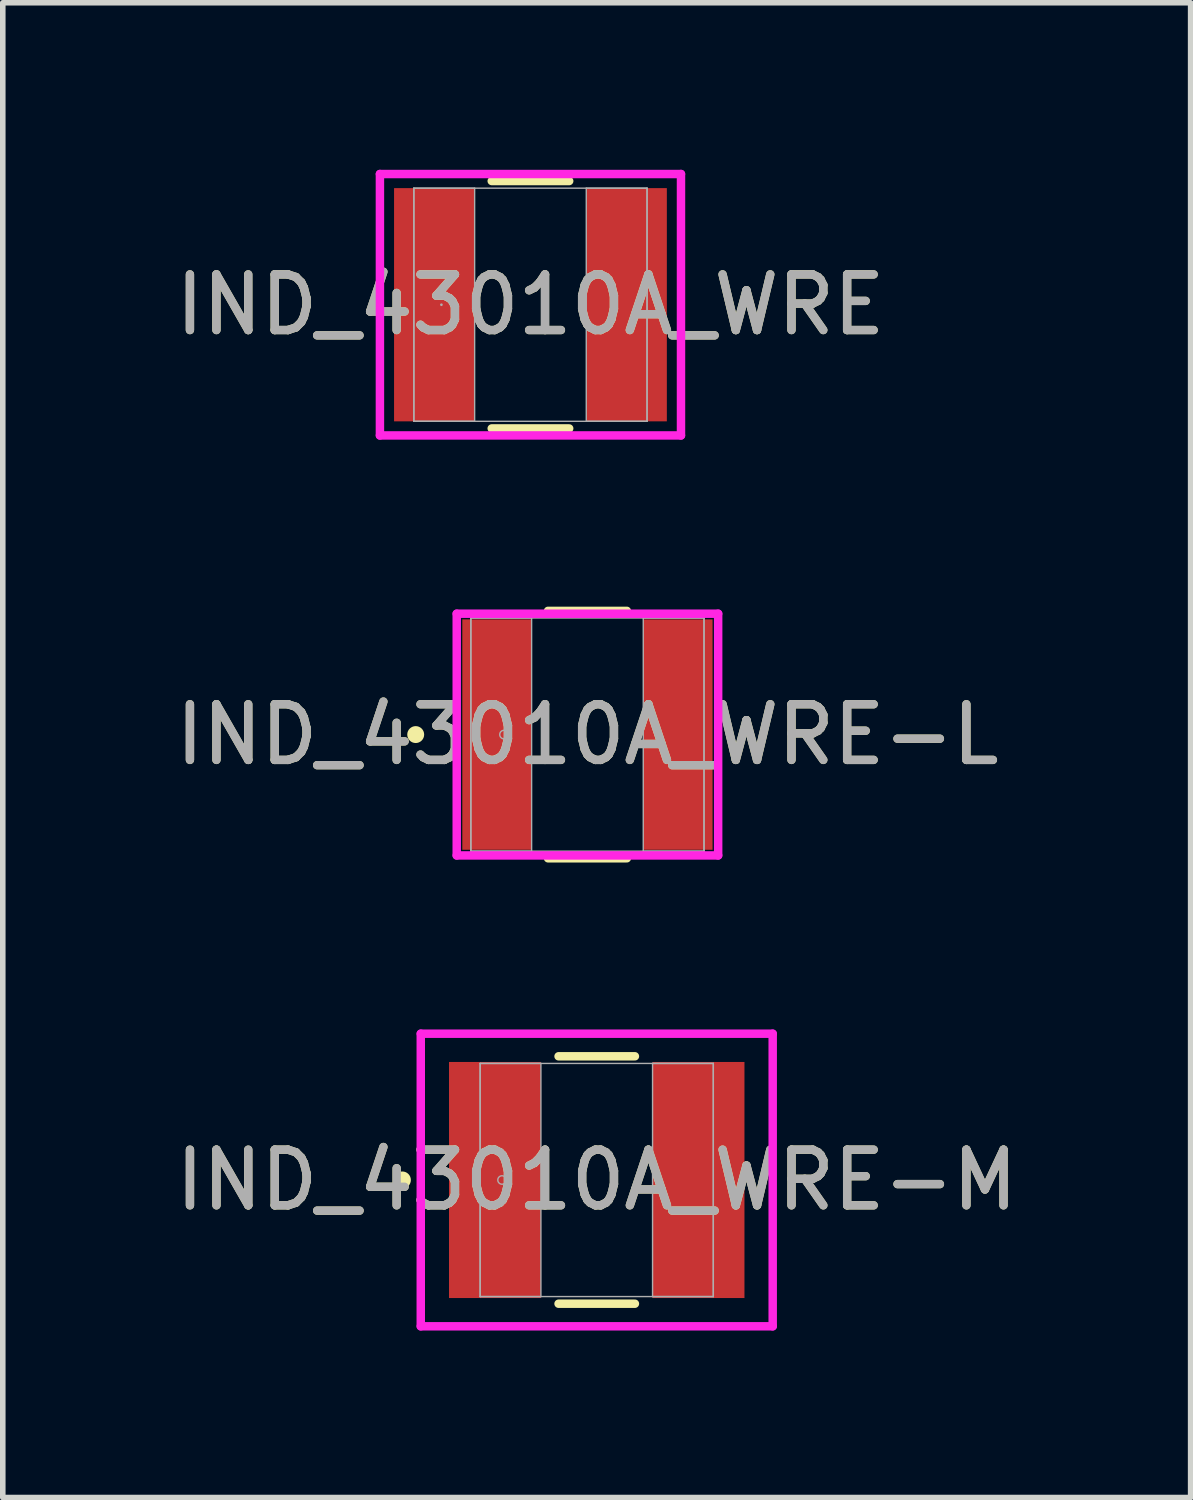
<source format=kicad_pcb>
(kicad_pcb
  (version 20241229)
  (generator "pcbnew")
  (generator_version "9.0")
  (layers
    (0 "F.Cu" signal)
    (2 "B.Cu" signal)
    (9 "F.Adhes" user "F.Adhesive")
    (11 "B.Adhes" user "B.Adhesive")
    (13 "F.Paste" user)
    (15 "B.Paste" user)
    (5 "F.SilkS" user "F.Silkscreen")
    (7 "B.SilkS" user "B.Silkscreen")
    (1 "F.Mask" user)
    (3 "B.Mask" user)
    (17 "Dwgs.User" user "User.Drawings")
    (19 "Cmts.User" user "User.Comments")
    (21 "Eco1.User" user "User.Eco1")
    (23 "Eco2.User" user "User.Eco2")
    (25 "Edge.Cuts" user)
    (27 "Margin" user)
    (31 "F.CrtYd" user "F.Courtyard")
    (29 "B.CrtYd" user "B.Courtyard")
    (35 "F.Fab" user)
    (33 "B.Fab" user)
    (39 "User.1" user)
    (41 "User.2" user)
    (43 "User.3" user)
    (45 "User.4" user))
  (footprint "IND_43010A_WRE"
    (layer "F.Cu")
    (at 6.482 2.426)
    (property "Reference" "IND_43010A_WRE" (at 0 0 0) (unlocked yes) (layer "F.SilkS") (effects (font (size 1 1) (thickness 0.15))))
    (attr smd)
    (fp_line (start -0.696 2.223) (end 0.696 2.223) (stroke (width 0.152) (type solid)) (layer "F.SilkS"))
    (fp_line (start 0.696 -2.223) (end -0.696 -2.223) (stroke (width 0.152) (type solid)) (layer "F.SilkS"))
    (fp_line (start -2.705 -2.349) (end 2.705 -2.349) (stroke (width 0.152) (type solid)) (layer "F.CrtYd"))
    (fp_line (start -2.705 2.349) (end -2.705 -2.349) (stroke (width 0.152) (type solid)) (layer "F.CrtYd"))
    (fp_line (start 2.705 -2.349) (end 2.705 2.349) (stroke (width 0.152) (type solid)) (layer "F.CrtYd"))
    (fp_line (start 2.705 2.349) (end -2.705 2.349) (stroke (width 0.152) (type solid)) (layer "F.CrtYd"))
    (fp_line (start -2.095 -2.095) (end -2.095 2.095) (stroke (width 0.025) (type solid)) (layer "F.Fab"))
    (fp_line (start -2.095 -2.095) (end -2.095 2.095) (stroke (width 0.025) (type solid)) (layer "F.Fab"))
    (fp_line (start -2.095 2.095) (end -1.003 2.095) (stroke (width 0.025) (type solid)) (layer "F.Fab"))
    (fp_line (start -2.095 2.095) (end 2.095 2.095) (stroke (width 0.025) (type solid)) (layer "F.Fab"))
    (fp_line (start -1.003 -2.095) (end -2.095 -2.095) (stroke (width 0.025) (type solid)) (layer "F.Fab"))
    (fp_line (start -1.003 2.095) (end -1.003 -2.095) (stroke (width 0.025) (type solid)) (layer "F.Fab"))
    (fp_line (start 1.003 -2.095) (end 1.003 2.095) (stroke (width 0.025) (type solid)) (layer "F.Fab"))
    (fp_line (start 1.003 2.095) (end 2.095 2.095) (stroke (width 0.025) (type solid)) (layer "F.Fab"))
    (fp_line (start 2.095 -2.095) (end -2.095 -2.095) (stroke (width 0.025) (type solid)) (layer "F.Fab"))
    (fp_line (start 2.095 -2.095) (end 1.003 -2.095) (stroke (width 0.025) (type solid)) (layer "F.Fab"))
    (fp_line (start 2.095 2.095) (end 2.095 -2.095) (stroke (width 0.025) (type solid)) (layer "F.Fab"))
    (fp_line (start 2.095 2.095) (end 2.095 -2.095) (stroke (width 0.025) (type solid)) (layer "F.Fab"))
    (fp_circle (center -1.6 0) (end -1.6 0) (stroke (width 0.025) (type solid)) (fill no) (layer "F.Fab"))
    (fp_text user "${REFERENCE}" (at 0 0 0) (unlocked yes) (layer "F.Fab") (effects (font (size 1 1) (thickness 0.15))))
    (pad "1" smd rect (at -1.727 0) (size 1.448 4.191) (layers "F.Cu" "F.Mask" "F.Paste"))
    (pad "2" smd rect (at 1.727 0) (size 1.448 4.191) (layers "F.Cu" "F.Mask" "F.Paste"))
    (zone (net_name "") (layer "F.Cu") (hatch full 0.508) (connect_pads) (min_thickness 0.254) (filled_areas_thickness no) (keepout (tracks not_allowed) (vias not_allowed) (pads allowed) (copperpour not_allowed) (footprints allowed)) (placement (enabled no)) (fill) (polygon (pts (xy 5.53 0.381) (xy 7.435 0.381) (xy 7.435 4.47) (xy 5.53 4.47)))))
  (footprint "IND_43010A_WRE-L"
    (layer "F.Cu")
    (at 7.506 10.15)
    (property "Reference" "IND_43010A_WRE-L" (at 0 0 0) (unlocked yes) (layer "F.SilkS") (effects (font (size 1 1) (thickness 0.15))))
    (attr smd)
    (fp_line (start -0.708 2.223) (end 0.708 2.223) (stroke (width 0.152) (type solid)) (layer "F.SilkS"))
    (fp_line (start 0.708 -2.223) (end -0.708 -2.223) (stroke (width 0.152) (type solid)) (layer "F.SilkS"))
    (fp_circle (center -3.086 0) (end -3.01 0) (stroke (width 0.152) (type solid)) (fill no) (layer "F.SilkS"))
    (fp_line (start -2.349 -2.172) (end 2.349 -2.172) (stroke (width 0.152) (type solid)) (layer "F.CrtYd"))
    (fp_line (start -2.349 2.172) (end -2.349 -2.172) (stroke (width 0.152) (type solid)) (layer "F.CrtYd"))
    (fp_line (start 2.349 -2.172) (end 2.349 2.172) (stroke (width 0.152) (type solid)) (layer "F.CrtYd"))
    (fp_line (start 2.349 2.172) (end -2.349 2.172) (stroke (width 0.152) (type solid)) (layer "F.CrtYd"))
    (fp_line (start -2.095 -2.095) (end -2.095 2.095) (stroke (width 0.025) (type solid)) (layer "F.Fab"))
    (fp_line (start -2.095 -2.095) (end -2.095 2.095) (stroke (width 0.025) (type solid)) (layer "F.Fab"))
    (fp_line (start -2.095 2.095) (end -1.003 2.095) (stroke (width 0.025) (type solid)) (layer "F.Fab"))
    (fp_line (start -2.095 2.095) (end 2.095 2.095) (stroke (width 0.025) (type solid)) (layer "F.Fab"))
    (fp_line (start -1.003 -2.095) (end -2.095 -2.095) (stroke (width 0.025) (type solid)) (layer "F.Fab"))
    (fp_line (start -1.003 2.095) (end -1.003 -2.095) (stroke (width 0.025) (type solid)) (layer "F.Fab"))
    (fp_line (start 1.003 -2.095) (end 1.003 2.095) (stroke (width 0.025) (type solid)) (layer "F.Fab"))
    (fp_line (start 1.003 2.095) (end 2.095 2.095) (stroke (width 0.025) (type solid)) (layer "F.Fab"))
    (fp_line (start 2.095 -2.095) (end -2.095 -2.095) (stroke (width 0.025) (type solid)) (layer "F.Fab"))
    (fp_line (start 2.095 -2.095) (end 1.003 -2.095) (stroke (width 0.025) (type solid)) (layer "F.Fab"))
    (fp_line (start 2.095 2.095) (end 2.095 -2.095) (stroke (width 0.025) (type solid)) (layer "F.Fab"))
    (fp_line (start 2.095 2.095) (end 2.095 -2.095) (stroke (width 0.025) (type solid)) (layer "F.Fab"))
    (fp_circle (center -1.499 0) (end -1.422 0) (stroke (width 0.025) (type solid)) (fill no) (layer "F.Fab"))
    (fp_text user "${REFERENCE}" (at 0 0 0) (unlocked yes) (layer "F.Fab") (effects (font (size 1 1) (thickness 0.15))))
    (pad "1" smd rect (at -1.626 0) (size 1.245 4.14) (layers "F.Cu" "F.Mask" "F.Paste"))
    (pad "2" smd rect (at 1.626 0) (size 1.245 4.14) (layers "F.Cu" "F.Mask" "F.Paste"))
    (zone (net_name "") (layer "F.Cu") (hatch full 0.508) (connect_pads) (min_thickness 0.254) (filled_areas_thickness no) (keepout (tracks not_allowed) (vias not_allowed) (pads allowed) (copperpour not_allowed) (footprints allowed)) (placement (enabled no)) (fill) (polygon (pts (xy 6.553 8.105) (xy 8.458 8.105) (xy 8.458 12.195) (xy 6.553 12.195)))))
  (footprint "IND_43010A_WRE-M"
    (layer "F.Cu")
    (at 7.673 18.154)
    (property "Reference" "IND_43010A_WRE-M" (at 0 0 0) (unlocked yes) (layer "F.SilkS") (effects (font (size 1 1) (thickness 0.15))))
    (attr smd)
    (fp_line (start -0.686 2.223) (end 0.686 2.223) (stroke (width 0.152) (type solid)) (layer "F.SilkS"))
    (fp_line (start 0.686 -2.223) (end -0.686 -2.223) (stroke (width 0.152) (type solid)) (layer "F.SilkS"))
    (fp_circle (center -3.493 0) (end -3.416 0) (stroke (width 0.152) (type solid)) (fill no) (layer "F.SilkS"))
    (fp_line (start -3.162 -2.629) (end 3.162 -2.629) (stroke (width 0.152) (type solid)) (layer "F.CrtYd"))
    (fp_line (start -3.162 2.629) (end -3.162 -2.629) (stroke (width 0.152) (type solid)) (layer "F.CrtYd"))
    (fp_line (start 3.162 -2.629) (end 3.162 2.629) (stroke (width 0.152) (type solid)) (layer "F.CrtYd"))
    (fp_line (start 3.162 2.629) (end -3.162 2.629) (stroke (width 0.152) (type solid)) (layer "F.CrtYd"))
    (fp_line (start -2.095 -2.095) (end -2.095 2.095) (stroke (width 0.025) (type solid)) (layer "F.Fab"))
    (fp_line (start -2.095 -2.095) (end -2.095 2.095) (stroke (width 0.025) (type solid)) (layer "F.Fab"))
    (fp_line (start -2.095 2.095) (end -1.003 2.095) (stroke (width 0.025) (type solid)) (layer "F.Fab"))
    (fp_line (start -2.095 2.095) (end 2.095 2.095) (stroke (width 0.025) (type solid)) (layer "F.Fab"))
    (fp_line (start -1.003 -2.095) (end -2.095 -2.095) (stroke (width 0.025) (type solid)) (layer "F.Fab"))
    (fp_line (start -1.003 2.095) (end -1.003 -2.095) (stroke (width 0.025) (type solid)) (layer "F.Fab"))
    (fp_line (start 1.003 -2.095) (end 1.003 2.095) (stroke (width 0.025) (type solid)) (layer "F.Fab"))
    (fp_line (start 1.003 2.095) (end 2.095 2.095) (stroke (width 0.025) (type solid)) (layer "F.Fab"))
    (fp_line (start 2.095 -2.095) (end -2.095 -2.095) (stroke (width 0.025) (type solid)) (layer "F.Fab"))
    (fp_line (start 2.095 -2.095) (end 1.003 -2.095) (stroke (width 0.025) (type solid)) (layer "F.Fab"))
    (fp_line (start 2.095 2.095) (end 2.095 -2.095) (stroke (width 0.025) (type solid)) (layer "F.Fab"))
    (fp_line (start 2.095 2.095) (end 2.095 -2.095) (stroke (width 0.025) (type solid)) (layer "F.Fab"))
    (fp_circle (center -1.702 0) (end -1.626 0) (stroke (width 0.025) (type solid)) (fill no) (layer "F.Fab"))
    (fp_text user "${REFERENCE}" (at 0 0 0) (unlocked yes) (layer "F.Fab") (effects (font (size 1 1) (thickness 0.15))))
    (pad "1" smd rect (at -1.829 0) (size 1.651 4.242) (layers "F.Cu" "F.Mask" "F.Paste"))
    (pad "2" smd rect (at 1.829 0) (size 1.651 4.242) (layers "F.Cu" "F.Mask" "F.Paste"))
    (zone (net_name "") (layer "F.Cu") (hatch full 0.508) (connect_pads) (min_thickness 0.254) (filled_areas_thickness no) (keepout (tracks not_allowed) (vias not_allowed) (pads allowed) (copperpour not_allowed) (footprints allowed)) (placement (enabled no)) (fill) (polygon (pts (xy 6.72 16.109) (xy 8.625 16.109) (xy 8.625 20.199) (xy 6.72 20.199)))))
  (gr_rect
    (start -3 -3)
    (end 18.345 23.859)
    (stroke (width 0.1) (type default))
    (fill no)
    (layer "Edge.Cuts")))
</source>
